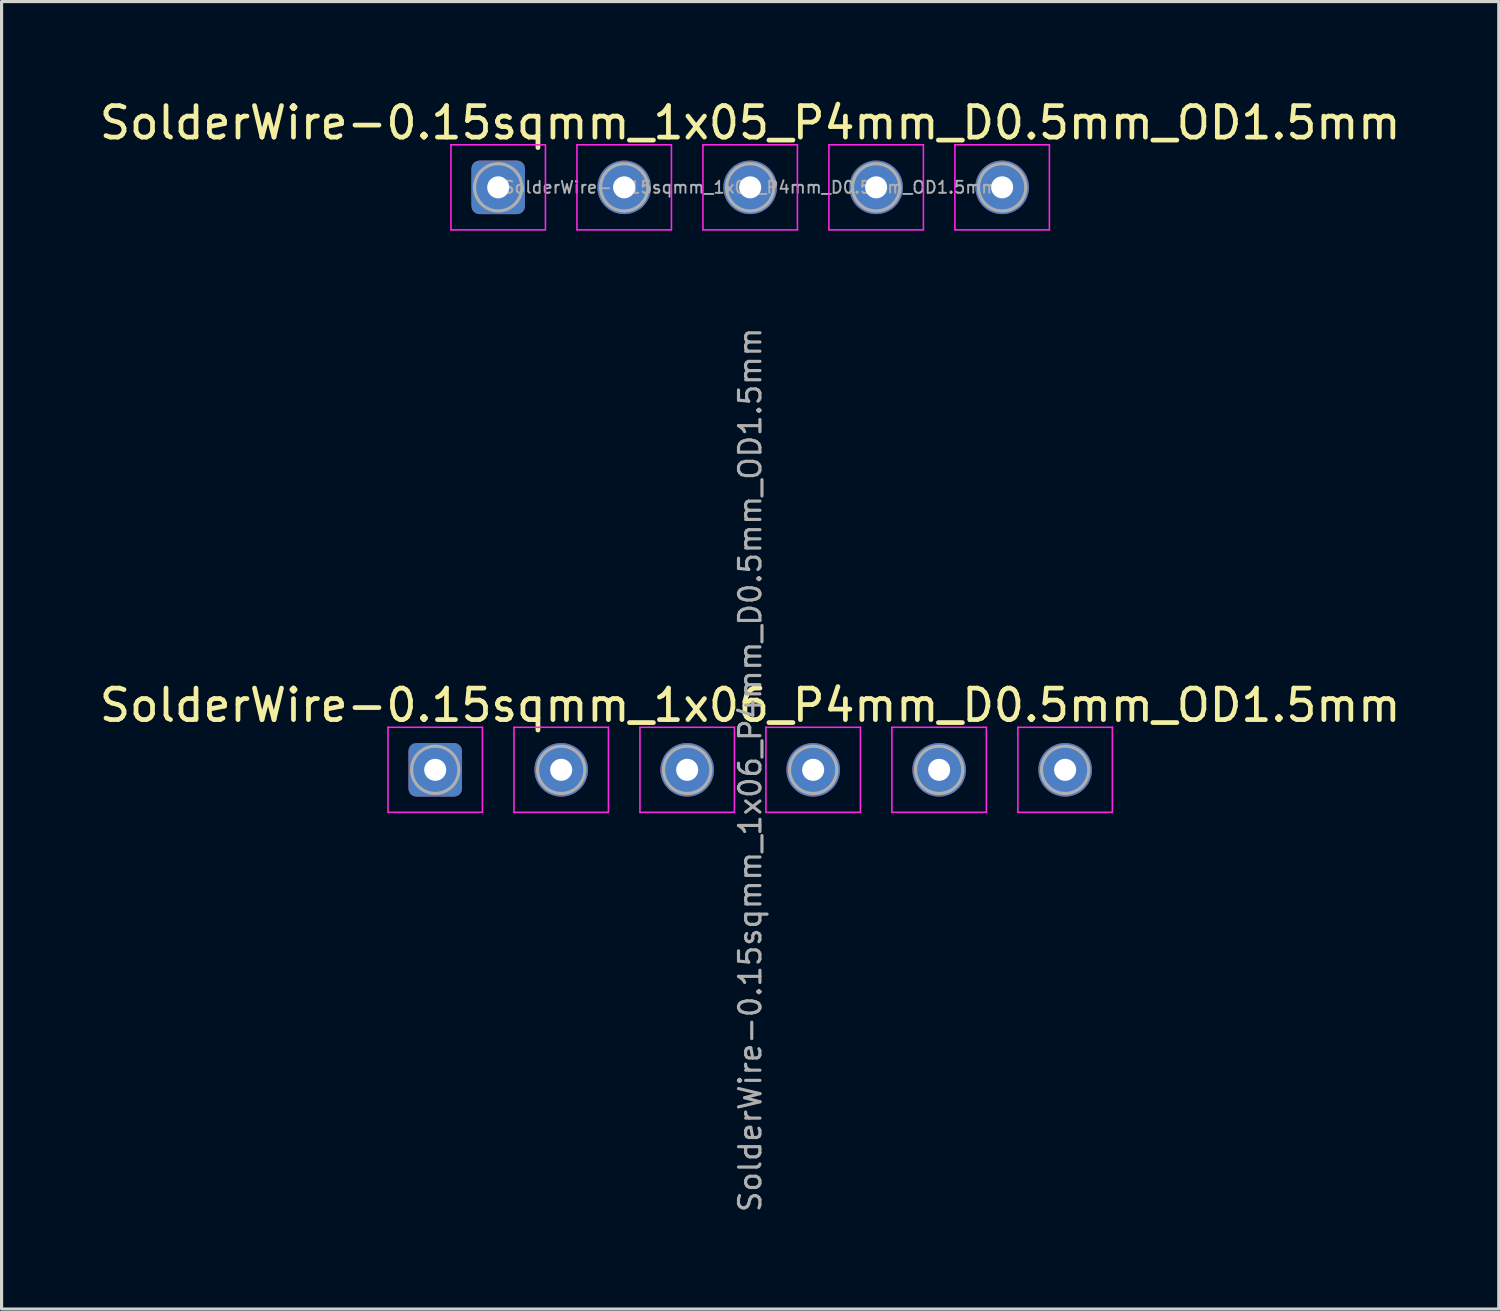
<source format=kicad_pcb>
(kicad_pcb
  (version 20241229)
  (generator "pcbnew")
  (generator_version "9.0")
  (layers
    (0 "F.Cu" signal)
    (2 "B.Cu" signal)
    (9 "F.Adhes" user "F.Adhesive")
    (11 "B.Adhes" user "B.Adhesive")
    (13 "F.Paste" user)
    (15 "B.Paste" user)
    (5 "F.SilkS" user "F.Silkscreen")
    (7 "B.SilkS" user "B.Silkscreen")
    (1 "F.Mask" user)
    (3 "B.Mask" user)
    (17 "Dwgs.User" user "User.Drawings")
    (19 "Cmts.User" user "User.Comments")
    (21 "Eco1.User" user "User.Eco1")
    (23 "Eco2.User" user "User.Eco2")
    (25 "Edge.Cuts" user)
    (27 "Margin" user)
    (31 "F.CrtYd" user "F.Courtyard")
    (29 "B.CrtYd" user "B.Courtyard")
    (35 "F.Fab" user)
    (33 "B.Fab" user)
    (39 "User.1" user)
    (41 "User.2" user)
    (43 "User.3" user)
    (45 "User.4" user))
  (footprint "SolderWire-0.15sqmm_1x05_P4mm_D0.5mm_OD1.5mm"
    (layer "F.Cu")
    (at 12.768 2.898)
    (property "Reference" "SolderWire-0.15sqmm_1x05_P4mm_D0.5mm_OD1.5mm" (at 8 -2.05 0) (layer "F.SilkS") (effects (font (size 1 1) (thickness 0.15))))
    (attr exclude_from_pos_files exclude_from_bom)
    (fp_line (start -1.5 -1.35) (end -1.5 1.35) (stroke (width 0.05) (type solid)) (layer "F.CrtYd"))
    (fp_line (start -1.5 1.35) (end 1.5 1.35) (stroke (width 0.05) (type solid)) (layer "F.CrtYd"))
    (fp_line (start 1.5 -1.35) (end -1.5 -1.35) (stroke (width 0.05) (type solid)) (layer "F.CrtYd"))
    (fp_line (start 1.5 1.35) (end 1.5 -1.35) (stroke (width 0.05) (type solid)) (layer "F.CrtYd"))
    (fp_line (start 2.5 -1.35) (end 2.5 1.35) (stroke (width 0.05) (type solid)) (layer "F.CrtYd"))
    (fp_line (start 2.5 1.35) (end 5.5 1.35) (stroke (width 0.05) (type solid)) (layer "F.CrtYd"))
    (fp_line (start 5.5 -1.35) (end 2.5 -1.35) (stroke (width 0.05) (type solid)) (layer "F.CrtYd"))
    (fp_line (start 5.5 1.35) (end 5.5 -1.35) (stroke (width 0.05) (type solid)) (layer "F.CrtYd"))
    (fp_line (start 6.5 -1.35) (end 6.5 1.35) (stroke (width 0.05) (type solid)) (layer "F.CrtYd"))
    (fp_line (start 6.5 1.35) (end 9.5 1.35) (stroke (width 0.05) (type solid)) (layer "F.CrtYd"))
    (fp_line (start 9.5 -1.35) (end 6.5 -1.35) (stroke (width 0.05) (type solid)) (layer "F.CrtYd"))
    (fp_line (start 9.5 1.35) (end 9.5 -1.35) (stroke (width 0.05) (type solid)) (layer "F.CrtYd"))
    (fp_line (start 10.5 -1.35) (end 10.5 1.35) (stroke (width 0.05) (type solid)) (layer "F.CrtYd"))
    (fp_line (start 10.5 1.35) (end 13.5 1.35) (stroke (width 0.05) (type solid)) (layer "F.CrtYd"))
    (fp_line (start 13.5 -1.35) (end 10.5 -1.35) (stroke (width 0.05) (type solid)) (layer "F.CrtYd"))
    (fp_line (start 13.5 1.35) (end 13.5 -1.35) (stroke (width 0.05) (type solid)) (layer "F.CrtYd"))
    (fp_line (start 14.5 -1.35) (end 14.5 1.35) (stroke (width 0.05) (type solid)) (layer "F.CrtYd"))
    (fp_line (start 14.5 1.35) (end 17.5 1.35) (stroke (width 0.05) (type solid)) (layer "F.CrtYd"))
    (fp_line (start 17.5 -1.35) (end 14.5 -1.35) (stroke (width 0.05) (type solid)) (layer "F.CrtYd"))
    (fp_line (start 17.5 1.35) (end 17.5 -1.35) (stroke (width 0.05) (type solid)) (layer "F.CrtYd"))
    (fp_circle (center 0 0) (end 0.75 0) (stroke (width 0.1) (type solid)) (fill no) (layer "F.Fab"))
    (fp_circle (center 4 0) (end 4.75 0) (stroke (width 0.1) (type solid)) (fill no) (layer "F.Fab"))
    (fp_circle (center 8 0) (end 8.75 0) (stroke (width 0.1) (type solid)) (fill no) (layer "F.Fab"))
    (fp_circle (center 12 0) (end 12.75 0) (stroke (width 0.1) (type solid)) (fill no) (layer "F.Fab"))
    (fp_circle (center 16 0) (end 16.75 0) (stroke (width 0.1) (type solid)) (fill no) (layer "F.Fab"))
    (fp_text user "${REFERENCE}" (at 8 0 0) (layer "F.Fab") (effects (font (size 0.38 0.38) (thickness 0.06))))
    (pad "1" thru_hole roundrect (at 0 0) (size 1.7 1.7) (drill 0.7) (layers "*.Cu" "*.Mask") (roundrect_rratio 0.147))
    (pad "2" thru_hole circle (at 4 0) (size 1.7 1.7) (drill 0.7) (layers "*.Cu" "*.Mask"))
    (pad "3" thru_hole circle (at 8 0) (size 1.7 1.7) (drill 0.7) (layers "*.Cu" "*.Mask"))
    (pad "4" thru_hole circle (at 12 0) (size 1.7 1.7) (drill 0.7) (layers "*.Cu" "*.Mask"))
    (pad "5" thru_hole circle (at 16 0) (size 1.7 1.7) (drill 0.7) (layers "*.Cu" "*.Mask")))
  (footprint "SolderWire-0.15sqmm_1x06_P4mm_D0.5mm_OD1.5mm"
    (layer "F.Cu")
    (at 10.768 21.392)
    (property "Reference" "SolderWire-0.15sqmm_1x06_P4mm_D0.5mm_OD1.5mm" (at 10 -2.05 0) (layer "F.SilkS") (effects (font (size 1 1) (thickness 0.15))))
    (attr exclude_from_pos_files exclude_from_bom)
    (fp_line (start -1.5 -1.35) (end -1.5 1.35) (stroke (width 0.05) (type solid)) (layer "F.CrtYd"))
    (fp_line (start -1.5 1.35) (end 1.5 1.35) (stroke (width 0.05) (type solid)) (layer "F.CrtYd"))
    (fp_line (start 1.5 -1.35) (end -1.5 -1.35) (stroke (width 0.05) (type solid)) (layer "F.CrtYd"))
    (fp_line (start 1.5 1.35) (end 1.5 -1.35) (stroke (width 0.05) (type solid)) (layer "F.CrtYd"))
    (fp_line (start 2.5 -1.35) (end 2.5 1.35) (stroke (width 0.05) (type solid)) (layer "F.CrtYd"))
    (fp_line (start 2.5 1.35) (end 5.5 1.35) (stroke (width 0.05) (type solid)) (layer "F.CrtYd"))
    (fp_line (start 5.5 -1.35) (end 2.5 -1.35) (stroke (width 0.05) (type solid)) (layer "F.CrtYd"))
    (fp_line (start 5.5 1.35) (end 5.5 -1.35) (stroke (width 0.05) (type solid)) (layer "F.CrtYd"))
    (fp_line (start 6.5 -1.35) (end 6.5 1.35) (stroke (width 0.05) (type solid)) (layer "F.CrtYd"))
    (fp_line (start 6.5 1.35) (end 9.5 1.35) (stroke (width 0.05) (type solid)) (layer "F.CrtYd"))
    (fp_line (start 9.5 -1.35) (end 6.5 -1.35) (stroke (width 0.05) (type solid)) (layer "F.CrtYd"))
    (fp_line (start 9.5 1.35) (end 9.5 -1.35) (stroke (width 0.05) (type solid)) (layer "F.CrtYd"))
    (fp_line (start 10.5 -1.35) (end 10.5 1.35) (stroke (width 0.05) (type solid)) (layer "F.CrtYd"))
    (fp_line (start 10.5 1.35) (end 13.5 1.35) (stroke (width 0.05) (type solid)) (layer "F.CrtYd"))
    (fp_line (start 13.5 -1.35) (end 10.5 -1.35) (stroke (width 0.05) (type solid)) (layer "F.CrtYd"))
    (fp_line (start 13.5 1.35) (end 13.5 -1.35) (stroke (width 0.05) (type solid)) (layer "F.CrtYd"))
    (fp_line (start 14.5 -1.35) (end 14.5 1.35) (stroke (width 0.05) (type solid)) (layer "F.CrtYd"))
    (fp_line (start 14.5 1.35) (end 17.5 1.35) (stroke (width 0.05) (type solid)) (layer "F.CrtYd"))
    (fp_line (start 17.5 -1.35) (end 14.5 -1.35) (stroke (width 0.05) (type solid)) (layer "F.CrtYd"))
    (fp_line (start 17.5 1.35) (end 17.5 -1.35) (stroke (width 0.05) (type solid)) (layer "F.CrtYd"))
    (fp_line (start 18.5 -1.35) (end 18.5 1.35) (stroke (width 0.05) (type solid)) (layer "F.CrtYd"))
    (fp_line (start 18.5 1.35) (end 21.5 1.35) (stroke (width 0.05) (type solid)) (layer "F.CrtYd"))
    (fp_line (start 21.5 -1.35) (end 18.5 -1.35) (stroke (width 0.05) (type solid)) (layer "F.CrtYd"))
    (fp_line (start 21.5 1.35) (end 21.5 -1.35) (stroke (width 0.05) (type solid)) (layer "F.CrtYd"))
    (fp_circle (center 0 0) (end 0.75 0) (stroke (width 0.1) (type solid)) (fill no) (layer "F.Fab"))
    (fp_circle (center 4 0) (end 4.75 0) (stroke (width 0.1) (type solid)) (fill no) (layer "F.Fab"))
    (fp_circle (center 8 0) (end 8.75 0) (stroke (width 0.1) (type solid)) (fill no) (layer "F.Fab"))
    (fp_circle (center 12 0) (end 12.75 0) (stroke (width 0.1) (type solid)) (fill no) (layer "F.Fab"))
    (fp_circle (center 16 0) (end 16.75 0) (stroke (width 0.1) (type solid)) (fill no) (layer "F.Fab"))
    (fp_circle (center 20 0) (end 20.75 0) (stroke (width 0.1) (type solid)) (fill no) (layer "F.Fab"))
    (fp_text user "${REFERENCE}" (at 10 0 90) (layer "F.Fab") (effects (font (size 0.68 0.68) (thickness 0.1))))
    (pad "1" thru_hole roundrect (at 0 0) (size 1.7 1.7) (drill 0.7) (layers "*.Cu" "*.Mask") (roundrect_rratio 0.147))
    (pad "2" thru_hole circle (at 4 0) (size 1.7 1.7) (drill 0.7) (layers "*.Cu" "*.Mask"))
    (pad "3" thru_hole circle (at 8 0) (size 1.7 1.7) (drill 0.7) (layers "*.Cu" "*.Mask"))
    (pad "4" thru_hole circle (at 12 0) (size 1.7 1.7) (drill 0.7) (layers "*.Cu" "*.Mask"))
    (pad "5" thru_hole circle (at 16 0) (size 1.7 1.7) (drill 0.7) (layers "*.Cu" "*.Mask"))
    (pad "6" thru_hole circle (at 20 0) (size 1.7 1.7) (drill 0.7) (layers "*.Cu" "*.Mask")))
  (gr_rect
    (start -3 -3)
    (end 44.536 38.512)
    (stroke (width 0.1) (type default))
    (fill no)
    (layer "Edge.Cuts")))
</source>
